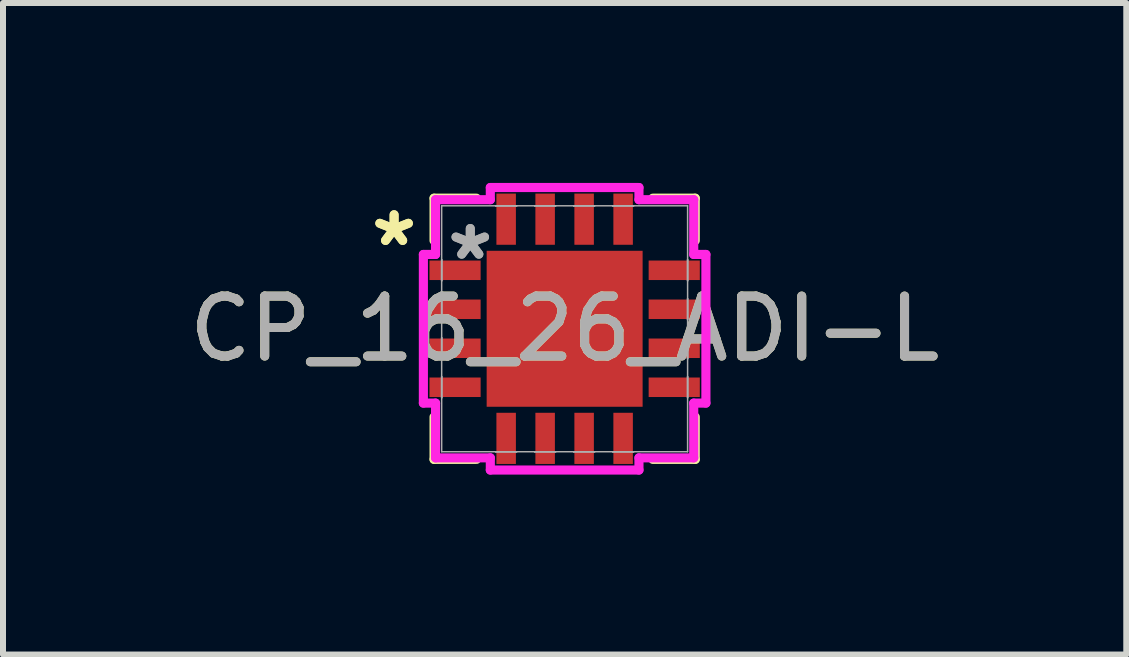
<source format=kicad_pcb>
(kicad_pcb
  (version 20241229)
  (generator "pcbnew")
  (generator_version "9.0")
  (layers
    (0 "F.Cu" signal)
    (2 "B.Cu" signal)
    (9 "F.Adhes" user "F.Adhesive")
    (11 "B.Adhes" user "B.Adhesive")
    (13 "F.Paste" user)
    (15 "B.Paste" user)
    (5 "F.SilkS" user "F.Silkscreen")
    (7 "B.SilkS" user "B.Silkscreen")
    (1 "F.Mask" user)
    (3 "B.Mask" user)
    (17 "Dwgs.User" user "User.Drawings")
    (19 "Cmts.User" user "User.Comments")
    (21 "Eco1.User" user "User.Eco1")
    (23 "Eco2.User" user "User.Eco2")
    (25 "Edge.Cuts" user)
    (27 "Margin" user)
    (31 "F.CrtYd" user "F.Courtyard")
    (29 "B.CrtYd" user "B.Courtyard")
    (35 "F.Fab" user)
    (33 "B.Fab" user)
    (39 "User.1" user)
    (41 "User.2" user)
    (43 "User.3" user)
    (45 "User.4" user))
  (footprint "CP_16_26_ADI-L"
    (layer "F.Cu")
    (at 6.363 2.431)
    (property "Reference" "CP_16_26_ADI-L" (at 0 0 0) (unlocked yes) (layer "F.SilkS") (effects (font (size 1 1) (thickness 0.15))))
    (attr smd)
    (fp_line (start -2.177 -2.177) (end -2.177 -1.47) (stroke (width 0.152) (type solid)) (layer "F.SilkS"))
    (fp_line (start -2.177 1.47) (end -2.177 2.177) (stroke (width 0.152) (type solid)) (layer "F.SilkS"))
    (fp_line (start -2.177 2.177) (end -1.47 2.177) (stroke (width 0.152) (type solid)) (layer "F.SilkS"))
    (fp_line (start -1.47 -2.177) (end -2.177 -2.177) (stroke (width 0.152) (type solid)) (layer "F.SilkS"))
    (fp_line (start 1.47 2.177) (end 2.177 2.177) (stroke (width 0.152) (type solid)) (layer "F.SilkS"))
    (fp_line (start 2.177 -2.177) (end 1.47 -2.177) (stroke (width 0.152) (type solid)) (layer "F.SilkS"))
    (fp_line (start 2.177 -1.47) (end 2.177 -2.177) (stroke (width 0.152) (type solid)) (layer "F.SilkS"))
    (fp_line (start 2.177 2.177) (end 2.177 1.47) (stroke (width 0.152) (type solid)) (layer "F.SilkS"))
    (fp_poly (pts (xy -1.2 -1.2) (xy -1.2 -0.1) (xy -0.1 -0.1) (xy -0.1 -1.2)) (stroke (width 0) (type solid)) (fill yes) (layer "F.Paste"))
    (fp_poly (pts (xy -1.2 0.1) (xy -1.2 1.2) (xy -0.1 1.2) (xy -0.1 0.1)) (stroke (width 0) (type solid)) (fill yes) (layer "F.Paste"))
    (fp_poly (pts (xy 0.1 -1.2) (xy 0.1 -0.1) (xy 1.2 -0.1) (xy 1.2 -1.2)) (stroke (width 0) (type solid)) (fill yes) (layer "F.Paste"))
    (fp_poly (pts (xy 0.1 0.1) (xy 0.1 1.2) (xy 1.2 1.2) (xy 1.2 0.1)) (stroke (width 0) (type solid)) (fill yes) (layer "F.Paste"))
    (fp_line (start -2.355 -1.239) (end -2.152 -1.239) (stroke (width 0.152) (type solid)) (layer "F.CrtYd"))
    (fp_line (start -2.355 1.239) (end -2.355 -1.239) (stroke (width 0.152) (type solid)) (layer "F.CrtYd"))
    (fp_line (start -2.152 -2.152) (end -1.239 -2.152) (stroke (width 0.152) (type solid)) (layer "F.CrtYd"))
    (fp_line (start -2.152 -1.239) (end -2.152 -2.152) (stroke (width 0.152) (type solid)) (layer "F.CrtYd"))
    (fp_line (start -2.152 1.239) (end -2.355 1.239) (stroke (width 0.152) (type solid)) (layer "F.CrtYd"))
    (fp_line (start -2.152 2.152) (end -2.152 1.239) (stroke (width 0.152) (type solid)) (layer "F.CrtYd"))
    (fp_line (start -1.239 -2.355) (end 1.239 -2.355) (stroke (width 0.152) (type solid)) (layer "F.CrtYd"))
    (fp_line (start -1.239 -2.152) (end -1.239 -2.355) (stroke (width 0.152) (type solid)) (layer "F.CrtYd"))
    (fp_line (start -1.239 2.152) (end -2.152 2.152) (stroke (width 0.152) (type solid)) (layer "F.CrtYd"))
    (fp_line (start -1.239 2.355) (end -1.239 2.152) (stroke (width 0.152) (type solid)) (layer "F.CrtYd"))
    (fp_line (start 1.239 -2.355) (end 1.239 -2.152) (stroke (width 0.152) (type solid)) (layer "F.CrtYd"))
    (fp_line (start 1.239 -2.152) (end 2.152 -2.152) (stroke (width 0.152) (type solid)) (layer "F.CrtYd"))
    (fp_line (start 1.239 2.152) (end 1.239 2.355) (stroke (width 0.152) (type solid)) (layer "F.CrtYd"))
    (fp_line (start 1.239 2.355) (end -1.239 2.355) (stroke (width 0.152) (type solid)) (layer "F.CrtYd"))
    (fp_line (start 2.152 -2.152) (end 2.152 -1.239) (stroke (width 0.152) (type solid)) (layer "F.CrtYd"))
    (fp_line (start 2.152 -1.239) (end 2.355 -1.239) (stroke (width 0.152) (type solid)) (layer "F.CrtYd"))
    (fp_line (start 2.152 1.239) (end 2.152 2.152) (stroke (width 0.152) (type solid)) (layer "F.CrtYd"))
    (fp_line (start 2.152 2.152) (end 1.239 2.152) (stroke (width 0.152) (type solid)) (layer "F.CrtYd"))
    (fp_line (start 2.355 -1.239) (end 2.355 1.239) (stroke (width 0.152) (type solid)) (layer "F.CrtYd"))
    (fp_line (start 2.355 1.239) (end 2.152 1.239) (stroke (width 0.152) (type solid)) (layer "F.CrtYd"))
    (fp_line (start -2.05 -2.05) (end -2.05 2.05) (stroke (width 0.025) (type solid)) (layer "F.Fab"))
    (fp_line (start -2.05 -1.15) (end -2.05 -1.15) (stroke (width 0.025) (type solid)) (layer "F.Fab"))
    (fp_line (start -2.05 -1.15) (end -2.05 -0.8) (stroke (width 0.025) (type solid)) (layer "F.Fab"))
    (fp_line (start -2.05 -0.8) (end -2.05 -1.15) (stroke (width 0.025) (type solid)) (layer "F.Fab"))
    (fp_line (start -2.05 -0.8) (end -2.05 -0.8) (stroke (width 0.025) (type solid)) (layer "F.Fab"))
    (fp_line (start -2.05 -0.5) (end -2.05 -0.5) (stroke (width 0.025) (type solid)) (layer "F.Fab"))
    (fp_line (start -2.05 -0.5) (end -2.05 -0.15) (stroke (width 0.025) (type solid)) (layer "F.Fab"))
    (fp_line (start -2.05 -0.15) (end -2.05 -0.5) (stroke (width 0.025) (type solid)) (layer "F.Fab"))
    (fp_line (start -2.05 -0.15) (end -2.05 -0.15) (stroke (width 0.025) (type solid)) (layer "F.Fab"))
    (fp_line (start -2.05 0.15) (end -2.05 0.15) (stroke (width 0.025) (type solid)) (layer "F.Fab"))
    (fp_line (start -2.05 0.15) (end -2.05 0.5) (stroke (width 0.025) (type solid)) (layer "F.Fab"))
    (fp_line (start -2.05 0.5) (end -2.05 0.15) (stroke (width 0.025) (type solid)) (layer "F.Fab"))
    (fp_line (start -2.05 0.5) (end -2.05 0.5) (stroke (width 0.025) (type solid)) (layer "F.Fab"))
    (fp_line (start -2.05 0.8) (end -2.05 0.8) (stroke (width 0.025) (type solid)) (layer "F.Fab"))
    (fp_line (start -2.05 0.8) (end -2.05 1.15) (stroke (width 0.025) (type solid)) (layer "F.Fab"))
    (fp_line (start -2.05 1.15) (end -2.05 0.8) (stroke (width 0.025) (type solid)) (layer "F.Fab"))
    (fp_line (start -2.05 1.15) (end -2.05 1.15) (stroke (width 0.025) (type solid)) (layer "F.Fab"))
    (fp_line (start -2.05 2.05) (end 2.05 2.05) (stroke (width 0.025) (type solid)) (layer "F.Fab"))
    (fp_line (start -1.15 -2.05) (end -1.15 -2.05) (stroke (width 0.025) (type solid)) (layer "F.Fab"))
    (fp_line (start -1.15 -2.05) (end -0.8 -2.05) (stroke (width 0.025) (type solid)) (layer "F.Fab"))
    (fp_line (start -1.15 2.05) (end -1.15 2.05) (stroke (width 0.025) (type solid)) (layer "F.Fab"))
    (fp_line (start -1.15 2.05) (end -0.8 2.05) (stroke (width 0.025) (type solid)) (layer "F.Fab"))
    (fp_line (start -0.8 -2.05) (end -1.15 -2.05) (stroke (width 0.025) (type solid)) (layer "F.Fab"))
    (fp_line (start -0.8 -2.05) (end -0.8 -2.05) (stroke (width 0.025) (type solid)) (layer "F.Fab"))
    (fp_line (start -0.8 2.05) (end -1.15 2.05) (stroke (width 0.025) (type solid)) (layer "F.Fab"))
    (fp_line (start -0.8 2.05) (end -0.8 2.05) (stroke (width 0.025) (type solid)) (layer "F.Fab"))
    (fp_line (start -0.5 -2.05) (end -0.5 -2.05) (stroke (width 0.025) (type solid)) (layer "F.Fab"))
    (fp_line (start -0.5 -2.05) (end -0.15 -2.05) (stroke (width 0.025) (type solid)) (layer "F.Fab"))
    (fp_line (start -0.5 2.05) (end -0.5 2.05) (stroke (width 0.025) (type solid)) (layer "F.Fab"))
    (fp_line (start -0.5 2.05) (end -0.15 2.05) (stroke (width 0.025) (type solid)) (layer "F.Fab"))
    (fp_line (start -0.15 -2.05) (end -0.5 -2.05) (stroke (width 0.025) (type solid)) (layer "F.Fab"))
    (fp_line (start -0.15 -2.05) (end -0.15 -2.05) (stroke (width 0.025) (type solid)) (layer "F.Fab"))
    (fp_line (start -0.15 2.05) (end -0.5 2.05) (stroke (width 0.025) (type solid)) (layer "F.Fab"))
    (fp_line (start -0.15 2.05) (end -0.15 2.05) (stroke (width 0.025) (type solid)) (layer "F.Fab"))
    (fp_line (start 0.15 -2.05) (end 0.15 -2.05) (stroke (width 0.025) (type solid)) (layer "F.Fab"))
    (fp_line (start 0.15 -2.05) (end 0.5 -2.05) (stroke (width 0.025) (type solid)) (layer "F.Fab"))
    (fp_line (start 0.15 2.05) (end 0.15 2.05) (stroke (width 0.025) (type solid)) (layer "F.Fab"))
    (fp_line (start 0.15 2.05) (end 0.5 2.05) (stroke (width 0.025) (type solid)) (layer "F.Fab"))
    (fp_line (start 0.5 -2.05) (end 0.15 -2.05) (stroke (width 0.025) (type solid)) (layer "F.Fab"))
    (fp_line (start 0.5 -2.05) (end 0.5 -2.05) (stroke (width 0.025) (type solid)) (layer "F.Fab"))
    (fp_line (start 0.5 2.05) (end 0.15 2.05) (stroke (width 0.025) (type solid)) (layer "F.Fab"))
    (fp_line (start 0.5 2.05) (end 0.5 2.05) (stroke (width 0.025) (type solid)) (layer "F.Fab"))
    (fp_line (start 0.8 -2.05) (end 0.8 -2.05) (stroke (width 0.025) (type solid)) (layer "F.Fab"))
    (fp_line (start 0.8 -2.05) (end 1.15 -2.05) (stroke (width 0.025) (type solid)) (layer "F.Fab"))
    (fp_line (start 0.8 2.05) (end 0.8 2.05) (stroke (width 0.025) (type solid)) (layer "F.Fab"))
    (fp_line (start 0.8 2.05) (end 1.15 2.05) (stroke (width 0.025) (type solid)) (layer "F.Fab"))
    (fp_line (start 1.15 -2.05) (end 0.8 -2.05) (stroke (width 0.025) (type solid)) (layer "F.Fab"))
    (fp_line (start 1.15 -2.05) (end 1.15 -2.05) (stroke (width 0.025) (type solid)) (layer "F.Fab"))
    (fp_line (start 1.15 2.05) (end 0.8 2.05) (stroke (width 0.025) (type solid)) (layer "F.Fab"))
    (fp_line (start 1.15 2.05) (end 1.15 2.05) (stroke (width 0.025) (type solid)) (layer "F.Fab"))
    (fp_line (start 2.05 -2.05) (end -2.05 -2.05) (stroke (width 0.025) (type solid)) (layer "F.Fab"))
    (fp_line (start 2.05 -1.15) (end 2.05 -1.15) (stroke (width 0.025) (type solid)) (layer "F.Fab"))
    (fp_line (start 2.05 -1.15) (end 2.05 -0.8) (stroke (width 0.025) (type solid)) (layer "F.Fab"))
    (fp_line (start 2.05 -0.8) (end 2.05 -1.15) (stroke (width 0.025) (type solid)) (layer "F.Fab"))
    (fp_line (start 2.05 -0.8) (end 2.05 -0.8) (stroke (width 0.025) (type solid)) (layer "F.Fab"))
    (fp_line (start 2.05 -0.5) (end 2.05 -0.5) (stroke (width 0.025) (type solid)) (layer "F.Fab"))
    (fp_line (start 2.05 -0.5) (end 2.05 -0.15) (stroke (width 0.025) (type solid)) (layer "F.Fab"))
    (fp_line (start 2.05 -0.15) (end 2.05 -0.5) (stroke (width 0.025) (type solid)) (layer "F.Fab"))
    (fp_line (start 2.05 -0.15) (end 2.05 -0.15) (stroke (width 0.025) (type solid)) (layer "F.Fab"))
    (fp_line (start 2.05 0.15) (end 2.05 0.15) (stroke (width 0.025) (type solid)) (layer "F.Fab"))
    (fp_line (start 2.05 0.15) (end 2.05 0.5) (stroke (width 0.025) (type solid)) (layer "F.Fab"))
    (fp_line (start 2.05 0.5) (end 2.05 0.15) (stroke (width 0.025) (type solid)) (layer "F.Fab"))
    (fp_line (start 2.05 0.5) (end 2.05 0.5) (stroke (width 0.025) (type solid)) (layer "F.Fab"))
    (fp_line (start 2.05 0.8) (end 2.05 0.8) (stroke (width 0.025) (type solid)) (layer "F.Fab"))
    (fp_line (start 2.05 0.8) (end 2.05 1.15) (stroke (width 0.025) (type solid)) (layer "F.Fab"))
    (fp_line (start 2.05 1.15) (end 2.05 0.8) (stroke (width 0.025) (type solid)) (layer "F.Fab"))
    (fp_line (start 2.05 1.15) (end 2.05 1.15) (stroke (width 0.025) (type solid)) (layer "F.Fab"))
    (fp_line (start 2.05 2.05) (end 2.05 -2.05) (stroke (width 0.025) (type solid)) (layer "F.Fab"))
    (fp_text user "*" (at -2.843 -1.356 0) (layer "F.SilkS") (effects (font (size 1 1) (thickness 0.15))))
    (fp_text user "*" (at -2.843 -1.356 0) (unlocked yes) (layer "F.SilkS") (effects (font (size 1 1) (thickness 0.15))))
    (fp_text user "*" (at -1.573 -1.127 0) (layer "F.Fab") (effects (font (size 1 1) (thickness 0.15))))
    (fp_text user "*" (at -1.573 -1.127 0) (unlocked yes) (layer "F.Fab") (effects (font (size 1 1) (thickness 0.15))))
    (fp_text user "${REFERENCE}" (at 0 0 0) (unlocked yes) (layer "F.Fab") (effects (font (size 1 1) (thickness 0.15))))
    (pad "1" smd rect (at 0.975 -1.827) (size 0.325 0.853) (layers "F.Cu" "F.Mask" "F.Paste"))
    (pad "2" smd rect (at 0.325 -1.827) (size 0.325 0.853) (layers "F.Cu" "F.Mask" "F.Paste"))
    (pad "3" smd rect (at -0.325 -1.827) (size 0.325 0.853) (layers "F.Cu" "F.Mask" "F.Paste"))
    (pad "4" smd rect (at -0.975 -1.827) (size 0.325 0.853) (layers "F.Cu" "F.Mask" "F.Paste"))
    (pad "5" smd rect (at -1.827 -0.975 90) (size 0.325 0.853) (layers "F.Cu" "F.Mask" "F.Paste"))
    (pad "6" smd rect (at -1.827 -0.325 90) (size 0.325 0.853) (layers "F.Cu" "F.Mask" "F.Paste"))
    (pad "7" smd rect (at -1.827 0.325 90) (size 0.325 0.853) (layers "F.Cu" "F.Mask" "F.Paste"))
    (pad "8" smd rect (at -1.827 0.975 90) (size 0.325 0.853) (layers "F.Cu" "F.Mask" "F.Paste"))
    (pad "9" smd rect (at -0.975 1.827) (size 0.325 0.853) (layers "F.Cu" "F.Mask" "F.Paste"))
    (pad "10" smd rect (at -0.325 1.827) (size 0.325 0.853) (layers "F.Cu" "F.Mask" "F.Paste"))
    (pad "11" smd rect (at 0.325 1.827) (size 0.325 0.853) (layers "F.Cu" "F.Mask" "F.Paste"))
    (pad "12" smd rect (at 0.975 1.827) (size 0.325 0.853) (layers "F.Cu" "F.Mask" "F.Paste"))
    (pad "13" smd rect (at 1.827 0.975 90) (size 0.325 0.853) (layers "F.Cu" "F.Mask" "F.Paste"))
    (pad "14" smd rect (at 1.827 0.325 90) (size 0.325 0.853) (layers "F.Cu" "F.Mask" "F.Paste"))
    (pad "15" smd rect (at 1.827 -0.325 90) (size 0.325 0.853) (layers "F.Cu" "F.Mask" "F.Paste"))
    (pad "16" smd rect (at 1.827 -0.975 90) (size 0.325 0.853) (layers "F.Cu" "F.Mask" "F.Paste"))
    (pad "HTAB" smd rect (at 0 0) (size 2.6 2.6) (layers "F.Cu" "F.Mask" "F.Paste")))
  (gr_rect
    (start -3 -3)
    (end 15.726 7.862)
    (stroke (width 0.1) (type default))
    (fill no)
    (layer "Edge.Cuts")))
</source>
